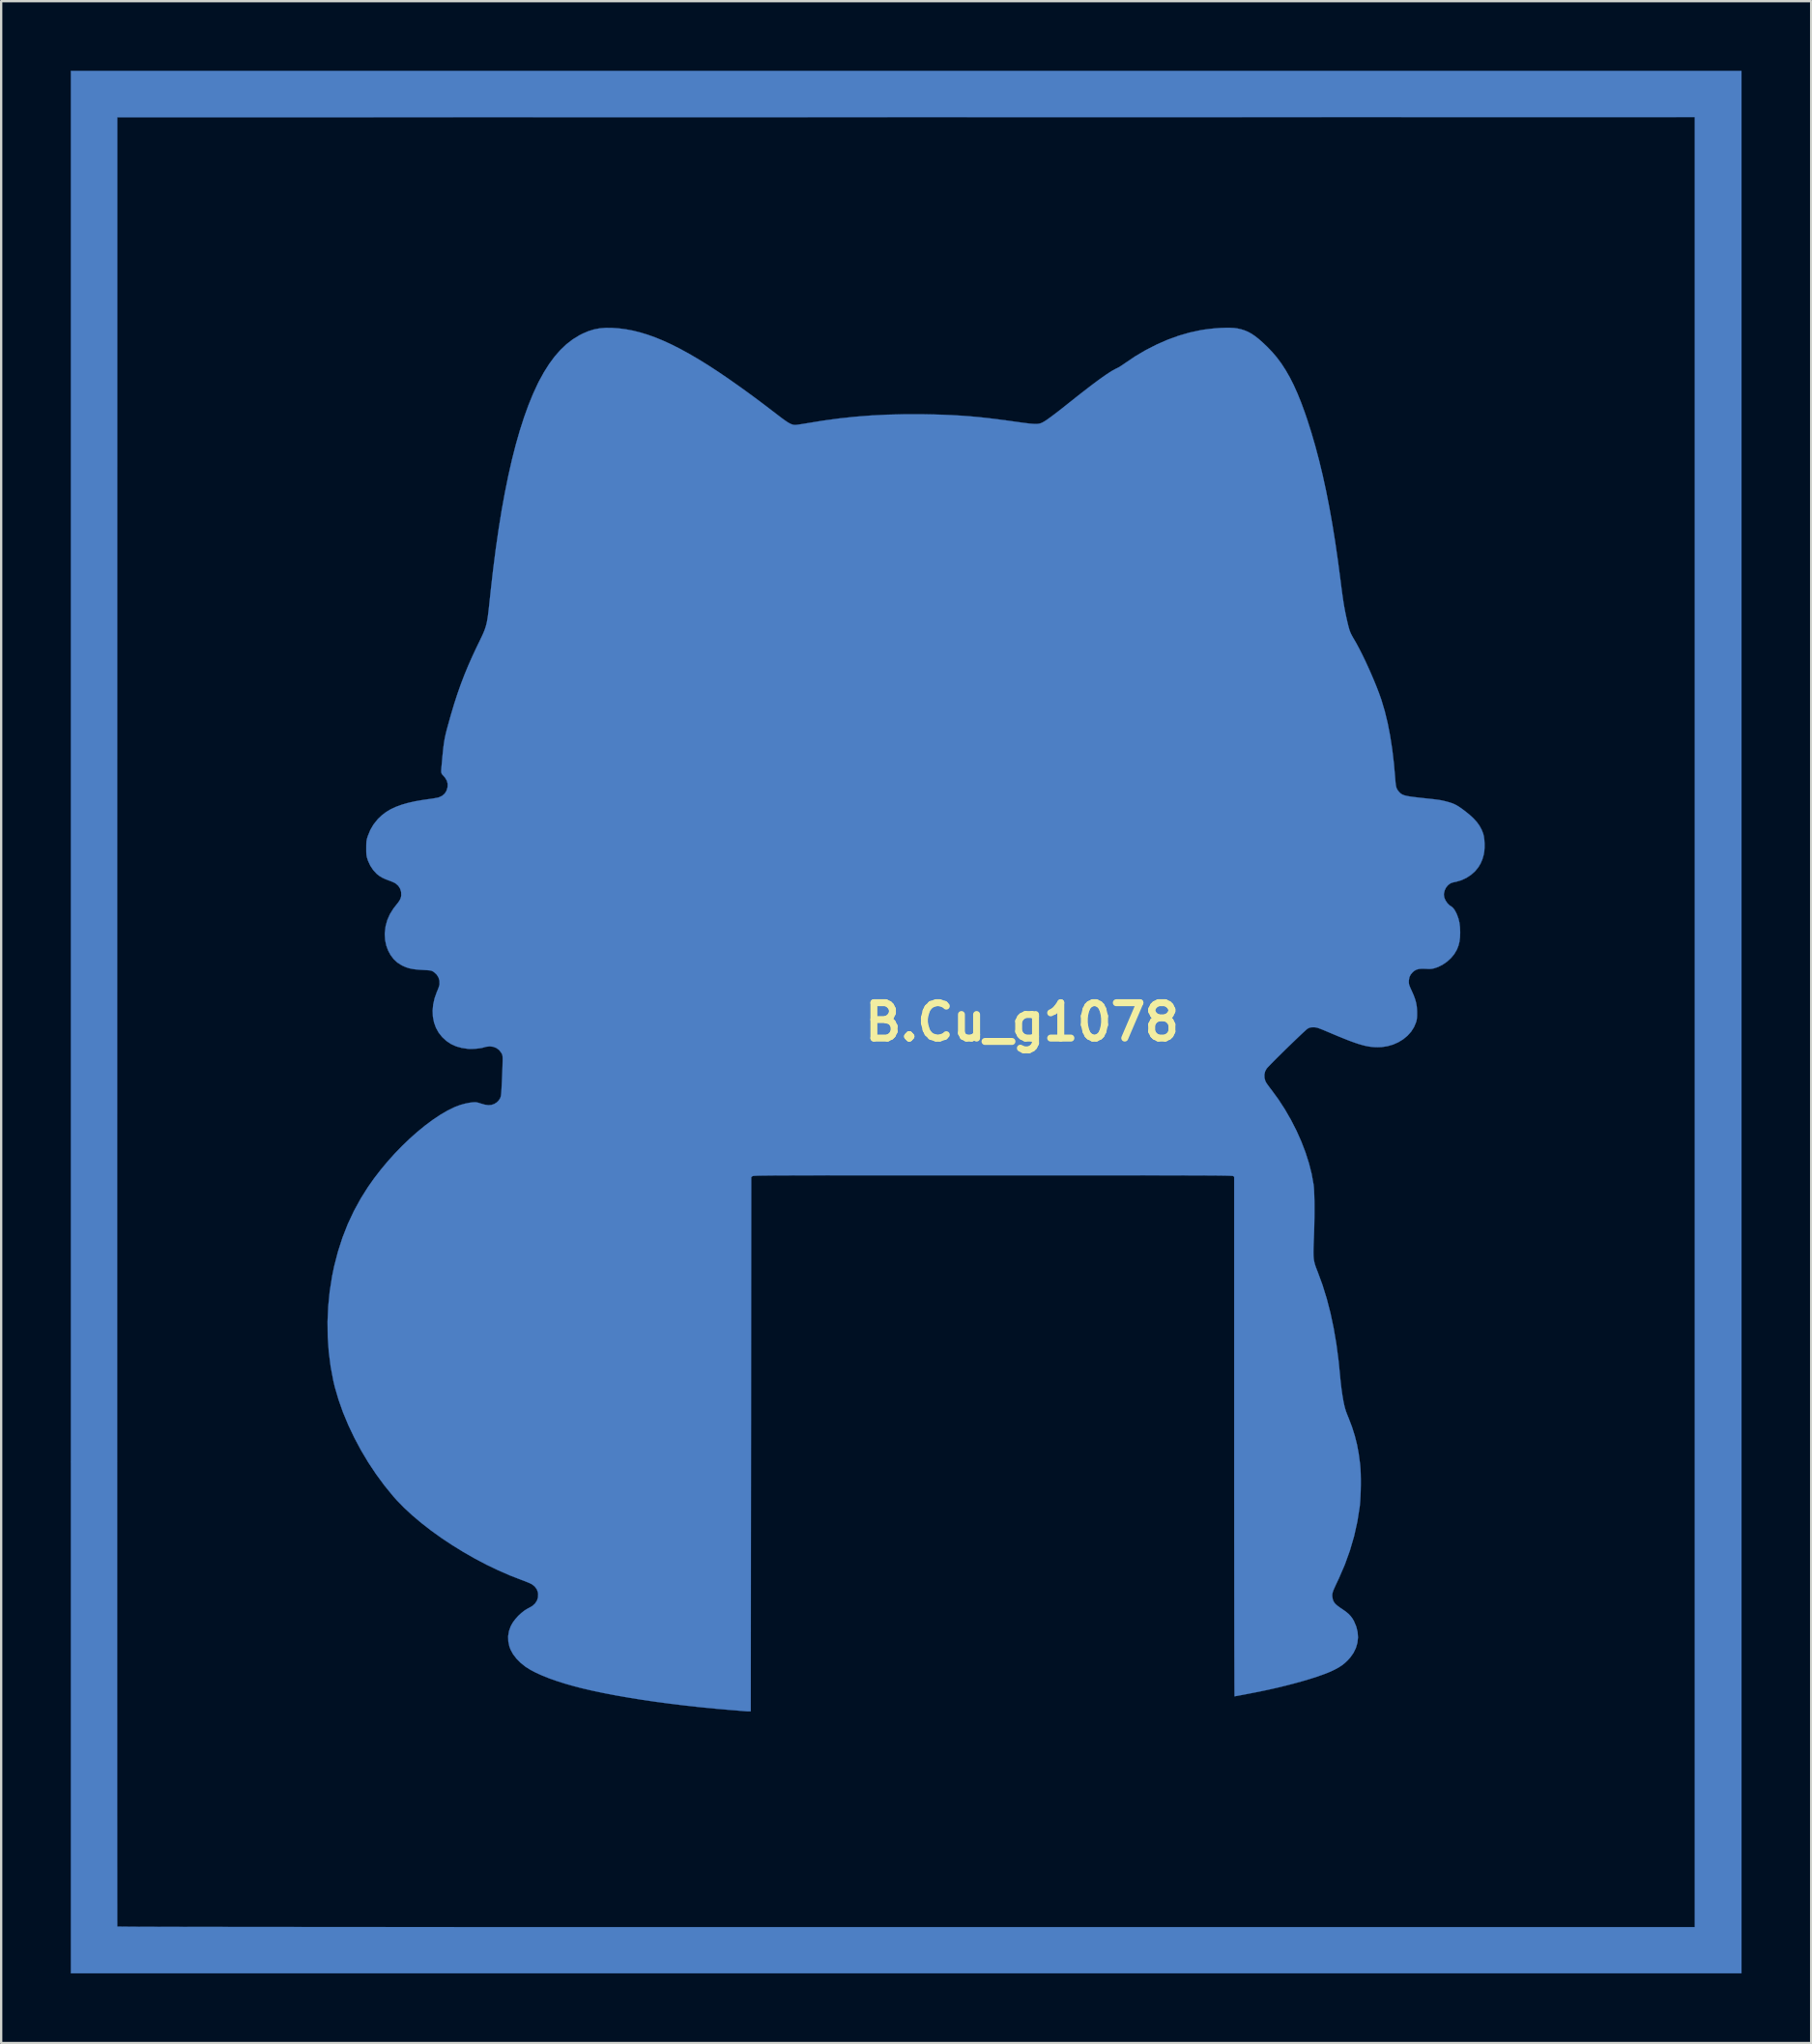
<source format=kicad_pcb>
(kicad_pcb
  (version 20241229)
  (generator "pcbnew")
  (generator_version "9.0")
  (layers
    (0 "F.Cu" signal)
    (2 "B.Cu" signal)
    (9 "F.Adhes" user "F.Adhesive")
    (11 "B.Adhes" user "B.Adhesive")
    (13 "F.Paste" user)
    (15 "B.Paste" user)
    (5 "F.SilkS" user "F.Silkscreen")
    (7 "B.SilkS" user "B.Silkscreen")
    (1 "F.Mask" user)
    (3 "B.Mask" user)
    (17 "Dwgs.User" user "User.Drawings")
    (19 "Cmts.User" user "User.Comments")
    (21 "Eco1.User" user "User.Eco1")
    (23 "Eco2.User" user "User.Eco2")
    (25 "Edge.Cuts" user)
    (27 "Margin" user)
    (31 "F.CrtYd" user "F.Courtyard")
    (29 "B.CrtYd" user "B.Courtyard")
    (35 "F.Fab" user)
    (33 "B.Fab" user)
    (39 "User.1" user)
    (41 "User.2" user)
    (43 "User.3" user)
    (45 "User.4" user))
  (footprint "B.Cu_g1078"
    (layer "F.Cu")
    (at 41.005 41.005)
    (property "Reference" "B.Cu_g1078" (at 0 0 0) (layer "F.SilkS") (effects (font (size 1.524 1.524) (thickness 0.3))))
    (attr through_hole)
    (fp_poly (pts (xy 31.009 41) (xy -41 41) (xy -41 17.902) (xy -39.006 17.902) (xy -39.006 18.967) (xy -39.006 20.012) (xy -39.006 21.037) (xy -39.006 22.04) (xy -39.006 23.021) (xy -39.006 23.98) (xy -39.006 24.916) (xy -39.006 25.827) (xy -39.006 26.714) (xy -39.006 27.576) (xy -39.006 28.412) (xy -39.006 29.221) (xy -39.005 30.003) (xy -39.005 30.758) (xy -39.005 31.483) (xy -39.005 32.18) (xy -39.005 32.846) (xy -39.005 33.482) (xy -39.005 34.087) (xy -39.004 34.66) (xy -39.004 35.201) (xy -39.004 35.708) (xy -39.004 36.181) (xy -39.003 36.62) (xy -39.003 37.024) (xy -39.003 37.392) (xy -39.003 37.724) (xy -39.002 38.018) (xy -39.002 38.275) (xy -39.002 38.493) (xy -39.002 38.672) (xy -39.001 38.811) (xy -39.001 38.91) (xy -39.001 38.968) (xy -39 38.984) (xy -38.993 38.985) (xy -38.97 38.986) (xy -38.933 38.987) (xy -38.88 38.988) (xy -38.81 38.989) (xy -38.724 38.99) (xy -38.62 38.991) (xy -38.499 38.992) (xy -38.359 38.993) (xy -38.2 38.994) (xy -38.022 38.995) (xy -37.824 38.996) (xy -37.605 38.996) (xy -37.366 38.997) (xy -37.105 38.998) (xy -36.822 38.999) (xy -36.516 38.999) (xy -36.187 39) (xy -35.835 39.001) (xy -35.459 39.001) (xy -35.058 39.002) (xy -34.631 39.002) (xy -34.179 39.003) (xy -33.701 39.004) (xy -33.196 39.004) (xy -32.664 39.004) (xy -32.104 39.005) (xy -31.516 39.005) (xy -30.898 39.006) (xy -30.252 39.006) (xy -29.575 39.007) (xy -28.868 39.007) (xy -28.131 39.007) (xy -27.361 39.008) (xy -26.56 39.008) (xy -25.726 39.008) (xy -24.859 39.008) (xy -23.959 39.009) (xy -23.024 39.009) (xy -22.055 39.009) (xy -21.051 39.009) (xy -20.011 39.009) (xy -18.935 39.009) (xy -17.822 39.01) (xy -16.672 39.01) (xy -15.484 39.01) (xy -14.258 39.01) (xy -12.993 39.01) (xy -11.688 39.01) (xy -10.344 39.01) (xy -8.959 39.01) (xy -7.534 39.01) (xy -6.067 39.01) (xy -4.996 39.01) (xy 28.998 39.01) (xy 28.998 -39.01) (xy -5.001 -39.005) (xy -39 -39) (xy -39.005 -0.021) (xy -39.005 1.264) (xy -39.005 2.539) (xy -39.005 3.804) (xy -39.006 5.057) (xy -39.006 6.298) (xy -39.006 7.526) (xy -39.006 8.741) (xy -39.006 9.942) (xy -39.006 11.129) (xy -39.006 12.3) (xy -39.006 13.455) (xy -39.006 14.593) (xy -39.006 15.714) (xy -39.006 16.817) (xy -39.006 17.902) (xy -41 17.902) (xy -41 -41) (xy 31.009 -41) (xy 31.009 41)) (stroke (width 0.01) (type solid)) (fill yes) (layer "B.Cu"))
    (fp_poly (pts (xy 8.968 -29.927) (xy 9.14 -29.918) (xy 9.274 -29.9) (xy 9.444 -29.862) (xy 9.6 -29.812) (xy 9.749 -29.749) (xy 9.897 -29.667) (xy 10.047 -29.565) (xy 10.207 -29.439) (xy 10.381 -29.285) (xy 10.569 -29.106) (xy 10.787 -28.879) (xy 10.991 -28.638) (xy 11.183 -28.379) (xy 11.365 -28.098) (xy 11.54 -27.793) (xy 11.708 -27.46) (xy 11.871 -27.096) (xy 12.032 -26.699) (xy 12.191 -26.264) (xy 12.288 -25.982) (xy 12.469 -25.414) (xy 12.641 -24.824) (xy 12.804 -24.21) (xy 12.958 -23.569) (xy 13.104 -22.9) (xy 13.242 -22.199) (xy 13.373 -21.466) (xy 13.497 -20.697) (xy 13.614 -19.89) (xy 13.726 -19.044) (xy 13.727 -19.039) (xy 13.761 -18.768) (xy 13.792 -18.532) (xy 13.821 -18.326) (xy 13.848 -18.143) (xy 13.874 -17.977) (xy 13.902 -17.822) (xy 13.931 -17.671) (xy 13.962 -17.518) (xy 13.998 -17.356) (xy 14.037 -17.187) (xy 14.076 -17.03) (xy 14.113 -16.903) (xy 14.153 -16.794) (xy 14.202 -16.69) (xy 14.263 -16.579) (xy 14.3 -16.517) (xy 14.411 -16.325) (xy 14.531 -16.1) (xy 14.659 -15.849) (xy 14.79 -15.579) (xy 14.921 -15.296) (xy 15.049 -15.009) (xy 15.171 -14.723) (xy 15.284 -14.446) (xy 15.384 -14.185) (xy 15.469 -13.947) (xy 15.493 -13.875) (xy 15.635 -13.398) (xy 15.759 -12.888) (xy 15.865 -12.343) (xy 15.955 -11.763) (xy 16.028 -11.146) (xy 16.085 -10.491) (xy 16.086 -10.477) (xy 16.098 -10.33) (xy 16.112 -10.216) (xy 16.13 -10.129) (xy 16.155 -10.061) (xy 16.188 -10.002) (xy 16.23 -9.948) (xy 16.271 -9.902) (xy 16.312 -9.862) (xy 16.357 -9.829) (xy 16.411 -9.801) (xy 16.476 -9.776) (xy 16.558 -9.754) (xy 16.661 -9.734) (xy 16.789 -9.714) (xy 16.945 -9.694) (xy 17.134 -9.672) (xy 17.361 -9.647) (xy 17.41 -9.642) (xy 17.593 -9.622) (xy 17.741 -9.606) (xy 17.861 -9.591) (xy 17.96 -9.578) (xy 18.044 -9.564) (xy 18.121 -9.549) (xy 18.197 -9.531) (xy 18.28 -9.51) (xy 18.367 -9.487) (xy 18.491 -9.45) (xy 18.601 -9.409) (xy 18.706 -9.358) (xy 18.816 -9.294) (xy 18.94 -9.21) (xy 19.061 -9.121) (xy 19.277 -8.949) (xy 19.457 -8.784) (xy 19.604 -8.622) (xy 19.722 -8.457) (xy 19.814 -8.285) (xy 19.876 -8.128) (xy 19.907 -8.005) (xy 19.927 -7.853) (xy 19.937 -7.685) (xy 19.936 -7.514) (xy 19.924 -7.353) (xy 19.9 -7.216) (xy 19.842 -7.015) (xy 19.767 -6.84) (xy 19.67 -6.676) (xy 19.668 -6.674) (xy 19.526 -6.5) (xy 19.351 -6.345) (xy 19.153 -6.215) (xy 18.938 -6.115) (xy 18.716 -6.049) (xy 18.696 -6.045) (xy 18.59 -6.023) (xy 18.513 -6) (xy 18.451 -5.97) (xy 18.392 -5.926) (xy 18.346 -5.885) (xy 18.272 -5.793) (xy 18.217 -5.675) (xy 18.186 -5.548) (xy 18.182 -5.487) (xy 18.201 -5.367) (xy 18.253 -5.245) (xy 18.33 -5.13) (xy 18.425 -5.035) (xy 18.505 -4.982) (xy 18.575 -4.926) (xy 18.646 -4.833) (xy 18.715 -4.707) (xy 18.75 -4.629) (xy 18.812 -4.458) (xy 18.853 -4.284) (xy 18.877 -4.094) (xy 18.885 -3.877) (xy 18.885 -3.852) (xy 18.878 -3.647) (xy 18.855 -3.469) (xy 18.816 -3.308) (xy 18.756 -3.152) (xy 18.734 -3.105) (xy 18.626 -2.924) (xy 18.483 -2.754) (xy 18.314 -2.601) (xy 18.125 -2.471) (xy 17.924 -2.371) (xy 17.757 -2.316) (xy 17.678 -2.299) (xy 17.596 -2.291) (xy 17.498 -2.291) (xy 17.394 -2.296) (xy 17.232 -2.3) (xy 17.102 -2.288) (xy 16.996 -2.258) (xy 16.905 -2.207) (xy 16.834 -2.145) (xy 16.748 -2.042) (xy 16.696 -1.932) (xy 16.674 -1.804) (xy 16.672 -1.757) (xy 16.672 -1.697) (xy 16.678 -1.645) (xy 16.692 -1.591) (xy 16.717 -1.524) (xy 16.755 -1.436) (xy 16.792 -1.357) (xy 16.879 -1.16) (xy 16.943 -0.986) (xy 16.987 -0.825) (xy 17.014 -0.664) (xy 17.026 -0.495) (xy 17.028 -0.413) (xy 17.027 -0.285) (xy 17.022 -0.189) (xy 17.012 -0.11) (xy 16.996 -0.038) (xy 16.982 0.011) (xy 16.894 0.22) (xy 16.771 0.413) (xy 16.615 0.587) (xy 16.432 0.739) (xy 16.224 0.866) (xy 15.997 0.967) (xy 15.754 1.038) (xy 15.499 1.077) (xy 15.335 1.083) (xy 15.205 1.08) (xy 15.075 1.07) (xy 14.943 1.052) (xy 14.804 1.025) (xy 14.654 0.987) (xy 14.49 0.938) (xy 14.307 0.876) (xy 14.102 0.801) (xy 13.871 0.71) (xy 13.609 0.604) (xy 13.314 0.48) (xy 13.143 0.408) (xy 13.007 0.351) (xy 12.899 0.307) (xy 12.815 0.275) (xy 12.749 0.252) (xy 12.697 0.238) (xy 12.652 0.229) (xy 12.612 0.225) (xy 12.569 0.224) (xy 12.562 0.224) (xy 12.472 0.227) (xy 12.406 0.238) (xy 12.345 0.264) (xy 12.308 0.284) (xy 12.275 0.309) (xy 12.216 0.361) (xy 12.134 0.436) (xy 12.032 0.531) (xy 11.915 0.642) (xy 11.785 0.766) (xy 11.647 0.899) (xy 11.503 1.039) (xy 11.357 1.181) (xy 11.212 1.323) (xy 11.073 1.461) (xy 10.942 1.591) (xy 10.824 1.71) (xy 10.721 1.815) (xy 10.637 1.902) (xy 10.575 1.968) (xy 10.54 2.009) (xy 10.539 2.011) (xy 10.477 2.127) (xy 10.447 2.261) (xy 10.45 2.4) (xy 10.485 2.534) (xy 10.519 2.603) (xy 10.554 2.657) (xy 10.609 2.734) (xy 10.675 2.824) (xy 10.746 2.916) (xy 10.75 2.921) (xy 11.051 3.332) (xy 11.333 3.766) (xy 11.592 4.216) (xy 11.828 4.679) (xy 12.037 5.148) (xy 12.218 5.62) (xy 12.367 6.088) (xy 12.484 6.548) (xy 12.564 6.994) (xy 12.566 7.006) (xy 12.579 7.124) (xy 12.589 7.28) (xy 12.596 7.468) (xy 12.602 7.684) (xy 12.604 7.923) (xy 12.604 8.179) (xy 12.602 8.449) (xy 12.597 8.726) (xy 12.59 9.008) (xy 12.58 9.287) (xy 12.577 9.351) (xy 12.568 9.574) (xy 12.562 9.762) (xy 12.56 9.919) (xy 12.562 10.053) (xy 12.57 10.169) (xy 12.584 10.273) (xy 12.605 10.371) (xy 12.633 10.471) (xy 12.669 10.576) (xy 12.715 10.695) (xy 12.742 10.763) (xy 12.947 11.321) (xy 13.131 11.914) (xy 13.293 12.54) (xy 13.432 13.196) (xy 13.549 13.882) (xy 13.643 14.596) (xy 13.694 15.109) (xy 13.729 15.473) (xy 13.767 15.797) (xy 13.808 16.082) (xy 13.851 16.333) (xy 13.863 16.392) (xy 13.889 16.512) (xy 13.913 16.611) (xy 13.939 16.702) (xy 13.969 16.795) (xy 14.009 16.9) (xy 14.061 17.03) (xy 14.082 17.081) (xy 14.226 17.461) (xy 14.343 17.834) (xy 14.438 18.211) (xy 14.511 18.605) (xy 14.567 19.025) (xy 14.574 19.092) (xy 14.588 19.266) (xy 14.597 19.472) (xy 14.601 19.701) (xy 14.601 19.941) (xy 14.597 20.184) (xy 14.588 20.42) (xy 14.576 20.638) (xy 14.56 20.829) (xy 14.553 20.892) (xy 14.453 21.527) (xy 14.313 22.157) (xy 14.131 22.781) (xy 13.91 23.394) (xy 13.649 23.995) (xy 13.607 24.083) (xy 13.531 24.242) (xy 13.473 24.369) (xy 13.429 24.469) (xy 13.399 24.548) (xy 13.381 24.613) (xy 13.372 24.668) (xy 13.37 24.72) (xy 13.375 24.774) (xy 13.375 24.778) (xy 13.392 24.873) (xy 13.42 24.954) (xy 13.464 25.028) (xy 13.528 25.099) (xy 13.619 25.176) (xy 13.74 25.262) (xy 13.807 25.306) (xy 13.957 25.411) (xy 14.076 25.51) (xy 14.17 25.61) (xy 14.249 25.719) (xy 14.305 25.817) (xy 14.405 26.052) (xy 14.463 26.288) (xy 14.48 26.522) (xy 14.455 26.753) (xy 14.39 26.977) (xy 14.285 27.193) (xy 14.14 27.397) (xy 14.04 27.507) (xy 13.919 27.622) (xy 13.795 27.721) (xy 13.658 27.811) (xy 13.497 27.899) (xy 13.391 27.951) (xy 13.197 28.037) (xy 12.965 28.126) (xy 12.699 28.219) (xy 12.403 28.314) (xy 12.081 28.409) (xy 11.738 28.504) (xy 11.377 28.598) (xy 11.003 28.689) (xy 10.619 28.776) (xy 10.229 28.858) (xy 10.149 28.874) (xy 10.024 28.898) (xy 9.888 28.925) (xy 9.748 28.952) (xy 9.609 28.979) (xy 9.478 29.004) (xy 9.361 29.026) (xy 9.266 29.043) (xy 9.198 29.056) (xy 9.163 29.062) (xy 9.16 29.062) (xy 9.159 29.041) (xy 9.158 28.979) (xy 9.157 28.877) (xy 9.156 28.736) (xy 9.155 28.558) (xy 9.154 28.344) (xy 9.154 28.095) (xy 9.153 27.812) (xy 9.152 27.497) (xy 9.151 27.151) (xy 9.15 26.774) (xy 9.15 26.369) (xy 9.149 25.936) (xy 9.148 25.477) (xy 9.148 24.992) (xy 9.147 24.484) (xy 9.147 23.954) (xy 9.146 23.401) (xy 9.146 22.829) (xy 9.145 22.238) (xy 9.145 21.629) (xy 9.145 21.004) (xy 9.144 20.363) (xy 9.144 19.709) (xy 9.144 19.041) (xy 9.144 18.363) (xy 9.144 17.866) (xy 9.144 6.67) (xy 9.097 6.637) (xy 9.091 6.634) (xy 9.078 6.632) (xy 9.058 6.63) (xy 9.031 6.628) (xy 8.993 6.626) (xy 8.946 6.624) (xy 8.886 6.622) (xy 8.815 6.62) (xy 8.729 6.619) (xy 8.629 6.617) (xy 8.513 6.616) (xy 8.379 6.614) (xy 8.228 6.613) (xy 8.058 6.612) (xy 7.867 6.611) (xy 7.655 6.61) (xy 7.421 6.609) (xy 7.163 6.609) (xy 6.88 6.608) (xy 6.572 6.607) (xy 6.237 6.607) (xy 5.874 6.606) (xy 5.482 6.606) (xy 5.06 6.605) (xy 4.607 6.605) (xy 4.122 6.605) (xy 3.603 6.605) (xy 3.05 6.604) (xy 2.461 6.604) (xy 1.836 6.604) (xy 1.173 6.604) (xy 0.472 6.604) (xy -0.27 6.604) (xy -1.052 6.604) (xy -1.262 6.604) (xy -2.05 6.604) (xy -2.797 6.604) (xy -3.504 6.604) (xy -4.172 6.604) (xy -4.803 6.604) (xy -5.396 6.604) (xy -5.954 6.604) (xy -6.477 6.604) (xy -6.967 6.605) (xy -7.424 6.605) (xy -7.85 6.605) (xy -8.247 6.605) (xy -8.614 6.606) (xy -8.953 6.606) (xy -9.266 6.607) (xy -9.552 6.607) (xy -9.815 6.608) (xy -10.054 6.609) (xy -10.27 6.61) (xy -10.466 6.61) (xy -10.641 6.611) (xy -10.797 6.612) (xy -10.936 6.614) (xy -11.057 6.615) (xy -11.163 6.616) (xy -11.255 6.618) (xy -11.333 6.619) (xy -11.399 6.621) (xy -11.454 6.623) (xy -11.498 6.625) (xy -11.534 6.627) (xy -11.561 6.629) (xy -11.582 6.632) (xy -11.598 6.634) (xy -11.609 6.637) (xy -11.616 6.64) (xy -11.621 6.643) (xy -11.623 6.644) (xy -11.673 6.685) (xy -11.684 18.196) (xy -11.695 29.707) (xy -11.769 29.71) (xy -11.846 29.709) (xy -11.917 29.704) (xy -11.958 29.7) (xy -12.035 29.694) (xy -12.14 29.685) (xy -12.268 29.674) (xy -12.411 29.662) (xy -12.52 29.654) (xy -13.192 29.596) (xy -13.858 29.531) (xy -14.513 29.459) (xy -15.155 29.381) (xy -15.78 29.298) (xy -16.385 29.21) (xy -16.967 29.116) (xy -17.522 29.019) (xy -18.047 28.918) (xy -18.539 28.814) (xy -18.994 28.708) (xy -19.272 28.636) (xy -19.669 28.524) (xy -20.04 28.407) (xy -20.381 28.287) (xy -20.69 28.163) (xy -20.965 28.038) (xy -21.203 27.913) (xy -21.402 27.788) (xy -21.415 27.778) (xy -21.619 27.614) (xy -21.795 27.435) (xy -21.939 27.246) (xy -22.046 27.051) (xy -22.098 26.913) (xy -22.145 26.689) (xy -22.151 26.466) (xy -22.115 26.247) (xy -22.038 26.035) (xy -21.948 25.876) (xy -21.842 25.733) (xy -21.715 25.592) (xy -21.575 25.463) (xy -21.433 25.353) (xy -21.297 25.271) (xy -21.261 25.254) (xy -21.109 25.168) (xy -20.992 25.061) (xy -20.909 24.937) (xy -20.865 24.798) (xy -20.859 24.647) (xy -20.872 24.566) (xy -20.92 24.441) (xy -21.005 24.33) (xy -21.12 24.237) (xy -21.17 24.21) (xy -21.231 24.181) (xy -21.322 24.143) (xy -21.431 24.099) (xy -21.547 24.055) (xy -21.579 24.044) (xy -22.08 23.849) (xy -22.585 23.628) (xy -23.089 23.386) (xy -23.59 23.122) (xy -24.081 22.842) (xy -24.561 22.546) (xy -25.024 22.239) (xy -25.467 21.921) (xy -25.886 21.596) (xy -26.277 21.267) (xy -26.635 20.936) (xy -26.957 20.605) (xy -27.098 20.447) (xy -27.481 19.98) (xy -27.843 19.488) (xy -28.183 18.976) (xy -28.498 18.448) (xy -28.786 17.909) (xy -29.045 17.363) (xy -29.272 16.815) (xy -29.465 16.269) (xy -29.622 15.731) (xy -29.685 15.467) (xy -29.802 14.85) (xy -29.883 14.216) (xy -29.928 13.57) (xy -29.936 12.916) (xy -29.907 12.261) (xy -29.843 11.608) (xy -29.741 10.962) (xy -29.655 10.541) (xy -29.491 9.906) (xy -29.295 9.296) (xy -29.066 8.709) (xy -28.801 8.143) (xy -28.5 7.595) (xy -28.193 7.108) (xy -27.931 6.736) (xy -27.649 6.37) (xy -27.351 6.012) (xy -27.04 5.666) (xy -26.719 5.334) (xy -26.391 5.019) (xy -26.06 4.726) (xy -25.728 4.455) (xy -25.4 4.211) (xy -25.078 3.996) (xy -24.766 3.814) (xy -24.467 3.667) (xy -24.421 3.648) (xy -24.222 3.574) (xy -24.01 3.515) (xy -23.805 3.474) (xy -23.694 3.46) (xy -23.61 3.454) (xy -23.543 3.455) (xy -23.48 3.465) (xy -23.404 3.486) (xy -23.324 3.512) (xy -23.15 3.561) (xy -23.001 3.58) (xy -22.871 3.57) (xy -22.753 3.53) (xy -22.646 3.464) (xy -22.575 3.395) (xy -22.514 3.313) (xy -22.502 3.291) (xy -22.488 3.26) (xy -22.476 3.227) (xy -22.466 3.188) (xy -22.458 3.136) (xy -22.45 3.068) (xy -22.443 2.978) (xy -22.436 2.86) (xy -22.429 2.71) (xy -22.421 2.552) (xy -22.413 2.378) (xy -22.406 2.204) (xy -22.399 2.039) (xy -22.394 1.891) (xy -22.391 1.768) (xy -22.389 1.679) (xy -22.389 1.672) (xy -22.389 1.565) (xy -22.391 1.49) (xy -22.399 1.436) (xy -22.412 1.393) (xy -22.433 1.35) (xy -22.445 1.329) (xy -22.538 1.207) (xy -22.655 1.119) (xy -22.792 1.064) (xy -22.944 1.046) (xy -23.107 1.064) (xy -23.203 1.092) (xy -23.284 1.113) (xy -23.394 1.131) (xy -23.521 1.145) (xy -23.653 1.154) (xy -23.776 1.158) (xy -23.876 1.154) (xy -24.149 1.114) (xy -24.393 1.046) (xy -24.613 0.946) (xy -24.812 0.814) (xy -24.994 0.647) (xy -24.998 0.643) (xy -25.149 0.453) (xy -25.266 0.24) (xy -25.348 0.01) (xy -25.395 -0.236) (xy -25.407 -0.493) (xy -25.383 -0.757) (xy -25.323 -1.027) (xy -25.227 -1.297) (xy -25.207 -1.342) (xy -25.168 -1.437) (xy -25.135 -1.53) (xy -25.114 -1.607) (xy -25.11 -1.632) (xy -25.113 -1.781) (xy -25.154 -1.922) (xy -25.232 -2.046) (xy -25.341 -2.148) (xy -25.361 -2.161) (xy -25.401 -2.186) (xy -25.438 -2.204) (xy -25.479 -2.217) (xy -25.531 -2.227) (xy -25.605 -2.234) (xy -25.706 -2.24) (xy -25.805 -2.246) (xy -26.003 -2.258) (xy -26.167 -2.274) (xy -26.306 -2.295) (xy -26.429 -2.323) (xy -26.543 -2.36) (xy -26.657 -2.408) (xy -26.748 -2.452) (xy -26.926 -2.565) (xy -27.083 -2.711) (xy -27.217 -2.886) (xy -27.325 -3.085) (xy -27.405 -3.302) (xy -27.454 -3.534) (xy -27.47 -3.775) (xy -27.468 -3.852) (xy -27.434 -4.132) (xy -27.361 -4.397) (xy -27.249 -4.65) (xy -27.097 -4.894) (xy -26.992 -5.029) (xy -26.9 -5.144) (xy -26.835 -5.239) (xy -26.793 -5.322) (xy -26.769 -5.4) (xy -26.76 -5.454) (xy -26.764 -5.607) (xy -26.807 -5.749) (xy -26.885 -5.872) (xy -26.997 -5.972) (xy -27.013 -5.982) (xy -27.072 -6.014) (xy -27.155 -6.051) (xy -27.249 -6.088) (xy -27.28 -6.099) (xy -27.448 -6.163) (xy -27.584 -6.227) (xy -27.697 -6.295) (xy -27.799 -6.374) (xy -27.824 -6.396) (xy -27.969 -6.554) (xy -28.093 -6.741) (xy -28.188 -6.945) (xy -28.207 -6.999) (xy -28.231 -7.075) (xy -28.248 -7.14) (xy -28.258 -7.204) (xy -28.264 -7.277) (xy -28.267 -7.371) (xy -28.267 -7.495) (xy -28.267 -7.504) (xy -28.266 -7.63) (xy -28.263 -7.724) (xy -28.257 -7.798) (xy -28.246 -7.863) (xy -28.229 -7.928) (xy -28.204 -8.006) (xy -28.199 -8.022) (xy -28.092 -8.283) (xy -27.956 -8.517) (xy -27.784 -8.733) (xy -27.754 -8.766) (xy -27.594 -8.917) (xy -27.417 -9.052) (xy -27.22 -9.171) (xy -26.998 -9.275) (xy -26.75 -9.367) (xy -26.472 -9.447) (xy -26.161 -9.517) (xy -25.812 -9.577) (xy -25.579 -9.61) (xy -25.455 -9.627) (xy -25.336 -9.646) (xy -25.235 -9.665) (xy -25.159 -9.681) (xy -25.135 -9.688) (xy -24.996 -9.753) (xy -24.887 -9.847) (xy -24.81 -9.969) (xy -24.765 -10.118) (xy -24.762 -10.139) (xy -24.759 -10.277) (xy -24.794 -10.405) (xy -24.867 -10.53) (xy -24.928 -10.602) (xy -24.973 -10.649) (xy -25.004 -10.688) (xy -25.025 -10.726) (xy -25.035 -10.771) (xy -25.037 -10.831) (xy -25.032 -10.915) (xy -25.022 -11.03) (xy -25.018 -11.07) (xy -24.996 -11.318) (xy -24.976 -11.529) (xy -24.958 -11.71) (xy -24.94 -11.865) (xy -24.922 -12.002) (xy -24.903 -12.126) (xy -24.882 -12.242) (xy -24.858 -12.356) (xy -24.83 -12.475) (xy -24.797 -12.604) (xy -24.758 -12.748) (xy -24.756 -12.754) (xy -24.617 -13.251) (xy -24.479 -13.713) (xy -24.338 -14.148) (xy -24.192 -14.563) (xy -24.038 -14.966) (xy -23.874 -15.364) (xy -23.696 -15.765) (xy -23.503 -16.176) (xy -23.495 -16.192) (xy -23.414 -16.358) (xy -23.344 -16.503) (xy -23.284 -16.629) (xy -23.232 -16.742) (xy -23.188 -16.847) (xy -23.15 -16.947) (xy -23.118 -17.046) (xy -23.09 -17.149) (xy -23.065 -17.26) (xy -23.043 -17.384) (xy -23.022 -17.524) (xy -23.002 -17.685) (xy -22.98 -17.872) (xy -22.957 -18.087) (xy -22.93 -18.337) (xy -22.902 -18.605) (xy -22.797 -19.526) (xy -22.684 -20.409) (xy -22.562 -21.253) (xy -22.432 -22.059) (xy -22.292 -22.825) (xy -22.144 -23.552) (xy -21.988 -24.24) (xy -21.823 -24.888) (xy -21.65 -25.496) (xy -21.468 -26.063) (xy -21.278 -26.59) (xy -21.08 -27.075) (xy -20.874 -27.52) (xy -20.828 -27.612) (xy -20.609 -28.011) (xy -20.383 -28.369) (xy -20.147 -28.689) (xy -19.9 -28.97) (xy -19.642 -29.215) (xy -19.37 -29.425) (xy -19.084 -29.602) (xy -18.934 -29.678) (xy -18.688 -29.783) (xy -18.447 -29.857) (xy -18.201 -29.904) (xy -17.94 -29.925) (xy -17.674 -29.922) (xy -17.379 -29.901) (xy -17.08 -29.862) (xy -16.774 -29.805) (xy -16.462 -29.727) (xy -16.142 -29.63) (xy -15.811 -29.511) (xy -15.469 -29.371) (xy -15.114 -29.208) (xy -14.745 -29.022) (xy -14.36 -28.812) (xy -13.958 -28.577) (xy -13.537 -28.317) (xy -13.096 -28.03) (xy -12.634 -27.716) (xy -12.149 -27.374) (xy -11.639 -27.004) (xy -11.103 -26.604) (xy -10.54 -26.174) (xy -10.499 -26.142) (xy -10.34 -26.021) (xy -10.208 -25.926) (xy -10.099 -25.853) (xy -10.008 -25.801) (xy -9.93 -25.766) (xy -9.861 -25.746) (xy -9.797 -25.739) (xy -9.784 -25.739) (xy -9.733 -25.742) (xy -9.649 -25.752) (xy -9.54 -25.768) (xy -9.415 -25.788) (xy -9.28 -25.81) (xy -9.273 -25.811) (xy -8.577 -25.925) (xy -7.892 -26.018) (xy -7.21 -26.091) (xy -6.524 -26.145) (xy -5.824 -26.181) (xy -5.103 -26.198) (xy -4.352 -26.199) (xy -4.244 -26.198) (xy -3.809 -26.19) (xy -3.4 -26.178) (xy -3.01 -26.161) (xy -2.631 -26.139) (xy -2.255 -26.111) (xy -1.875 -26.077) (xy -1.483 -26.035) (xy -1.071 -25.985) (xy -0.632 -25.927) (xy -0.254 -25.874) (xy -0.026 -25.842) (xy 0.165 -25.817) (xy 0.324 -25.798) (xy 0.453 -25.787) (xy 0.559 -25.782) (xy 0.646 -25.783) (xy 0.718 -25.791) (xy 0.779 -25.804) (xy 0.834 -25.824) (xy 0.85 -25.831) (xy 0.92 -25.867) (xy 1.011 -25.923) (xy 1.125 -26.001) (xy 1.264 -26.102) (xy 1.429 -26.226) (xy 1.622 -26.375) (xy 1.844 -26.55) (xy 1.968 -26.649) (xy 2.287 -26.902) (xy 2.575 -27.128) (xy 2.835 -27.329) (xy 3.068 -27.507) (xy 3.276 -27.662) (xy 3.462 -27.796) (xy 3.627 -27.91) (xy 3.772 -28.005) (xy 3.9 -28.084) (xy 4.013 -28.146) (xy 4.111 -28.194) (xy 4.112 -28.194) (xy 4.166 -28.223) (xy 4.244 -28.27) (xy 4.336 -28.331) (xy 4.433 -28.398) (xy 4.449 -28.409) (xy 4.884 -28.702) (xy 5.336 -28.968) (xy 5.801 -29.205) (xy 6.273 -29.411) (xy 6.748 -29.584) (xy 7.221 -29.721) (xy 7.687 -29.822) (xy 7.823 -29.844) (xy 8.067 -29.877) (xy 8.311 -29.902) (xy 8.547 -29.919) (xy 8.768 -29.927) (xy 8.968 -29.927)) (stroke (width 0.01) (type solid)) (fill yes) (layer "B.Cu")))
  (gr_rect
    (start -3 -3)
    (end 75.019 85.01)
    (stroke (width 0.1) (type default))
    (fill no)
    (layer "Edge.Cuts")))
</source>
